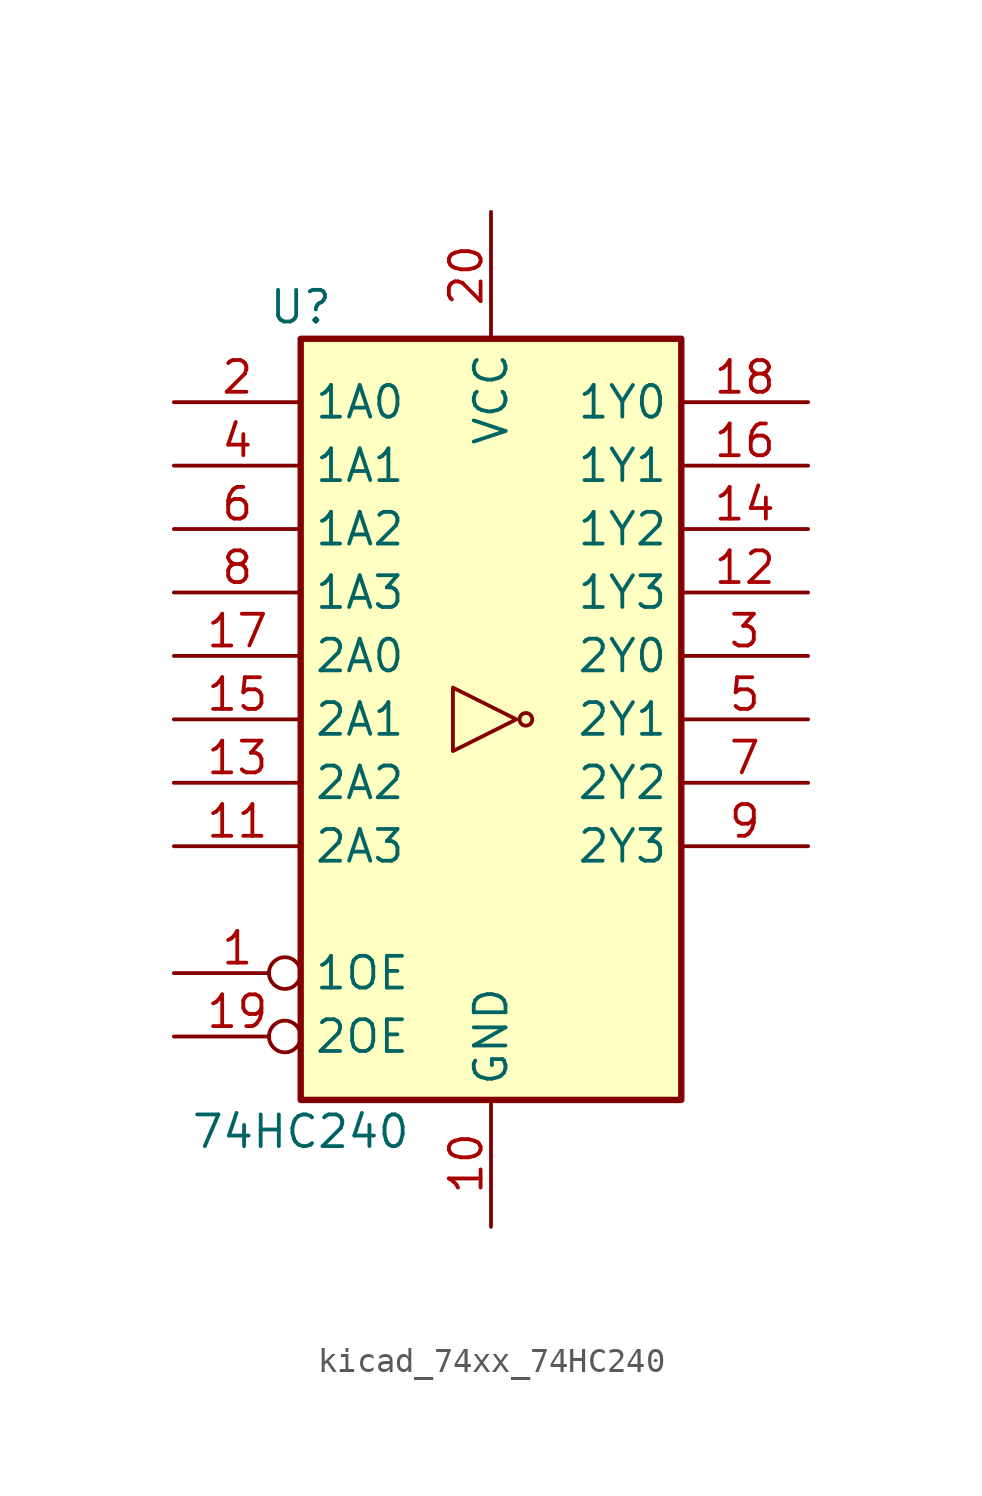
<source format=kicad_sym>
(kicad_symbol_lib
  (version 20220914)
  (generator kicad_symbol_editor)
  (symbol "kicad_74xx_74HC240"
    (property "Reference" "U"
      (at -7.62 16.51 0)
      (effects (font (size 1.27 1.27))))
    (property "Value" "74HC240"
      (at -7.62 -16.51 0)
      (effects (font (size 1.27 1.27))))
    (symbol "kicad_74xx_74HC240_1_0"
      (polyline (pts (xy 1.016 0) (xy -1.524 1.27) (xy -1.524 -1.27) (xy 1.016 0)) (stroke (width 0.152) (type default)) (fill (type none)))
      (circle (center 1.397 0) (radius 0.254) (stroke (width 0.152) (type default)) (fill (type none)))
      (pin input inverted (at -12.7 -10.16 0) (length 5.08) (name "1OE" (effects (font (size 1.27 1.27)))) (number "1" (effects (font (size 1.27 1.27)))))
      (pin power_in line (at 0 -20.32 90) (length 5.08) (name "GND" (effects (font (size 1.27 1.27)))) (number "10" (effects (font (size 1.27 1.27)))))
      (pin input line (at -12.7 -5.08 0) (length 5.08) (name "2A3" (effects (font (size 1.27 1.27)))) (number "11" (effects (font (size 1.27 1.27)))))
      (pin tri_state line (at 12.7 5.08 180) (length 5.08) (name "1Y3" (effects (font (size 1.27 1.27)))) (number "12" (effects (font (size 1.27 1.27)))))
      (pin input line (at -12.7 -2.54 0) (length 5.08) (name "2A2" (effects (font (size 1.27 1.27)))) (number "13" (effects (font (size 1.27 1.27)))))
      (pin tri_state line (at 12.7 7.62 180) (length 5.08) (name "1Y2" (effects (font (size 1.27 1.27)))) (number "14" (effects (font (size 1.27 1.27)))))
      (pin input line (at -12.7 0 0) (length 5.08) (name "2A1" (effects (font (size 1.27 1.27)))) (number "15" (effects (font (size 1.27 1.27)))))
      (pin tri_state line (at 12.7 10.16 180) (length 5.08) (name "1Y1" (effects (font (size 1.27 1.27)))) (number "16" (effects (font (size 1.27 1.27)))))
      (pin input line (at -12.7 2.54 0) (length 5.08) (name "2A0" (effects (font (size 1.27 1.27)))) (number "17" (effects (font (size 1.27 1.27)))))
      (pin tri_state line (at 12.7 12.7 180) (length 5.08) (name "1Y0" (effects (font (size 1.27 1.27)))) (number "18" (effects (font (size 1.27 1.27)))))
      (pin input inverted (at -12.7 -12.7 0) (length 5.08) (name "2OE" (effects (font (size 1.27 1.27)))) (number "19" (effects (font (size 1.27 1.27)))))
      (pin input line (at -12.7 12.7 0) (length 5.08) (name "1A0" (effects (font (size 1.27 1.27)))) (number "2" (effects (font (size 1.27 1.27)))))
      (pin power_in line (at 0 20.32 270) (length 5.08) (name "VCC" (effects (font (size 1.27 1.27)))) (number "20" (effects (font (size 1.27 1.27)))))
      (pin tri_state line (at 12.7 2.54 180) (length 5.08) (name "2Y0" (effects (font (size 1.27 1.27)))) (number "3" (effects (font (size 1.27 1.27)))))
      (pin input line (at -12.7 10.16 0) (length 5.08) (name "1A1" (effects (font (size 1.27 1.27)))) (number "4" (effects (font (size 1.27 1.27)))))
      (pin tri_state line (at 12.7 0 180) (length 5.08) (name "2Y1" (effects (font (size 1.27 1.27)))) (number "5" (effects (font (size 1.27 1.27)))))
      (pin input line (at -12.7 7.62 0) (length 5.08) (name "1A2" (effects (font (size 1.27 1.27)))) (number "6" (effects (font (size 1.27 1.27)))))
      (pin tri_state line (at 12.7 -2.54 180) (length 5.08) (name "2Y2" (effects (font (size 1.27 1.27)))) (number "7" (effects (font (size 1.27 1.27)))))
      (pin input line (at -12.7 5.08 0) (length 5.08) (name "1A3" (effects (font (size 1.27 1.27)))) (number "8" (effects (font (size 1.27 1.27)))))
      (pin tri_state line (at 12.7 -5.08 180) (length 5.08) (name "2Y3" (effects (font (size 1.27 1.27)))) (number "9" (effects (font (size 1.27 1.27))))))
    (symbol "kicad_74xx_74HC240_1_1"
      (rectangle (start -7.62 15.24) (end 7.62 -15.24) (stroke (width 0.254) (type default)) (fill (type background))))))
</source>
